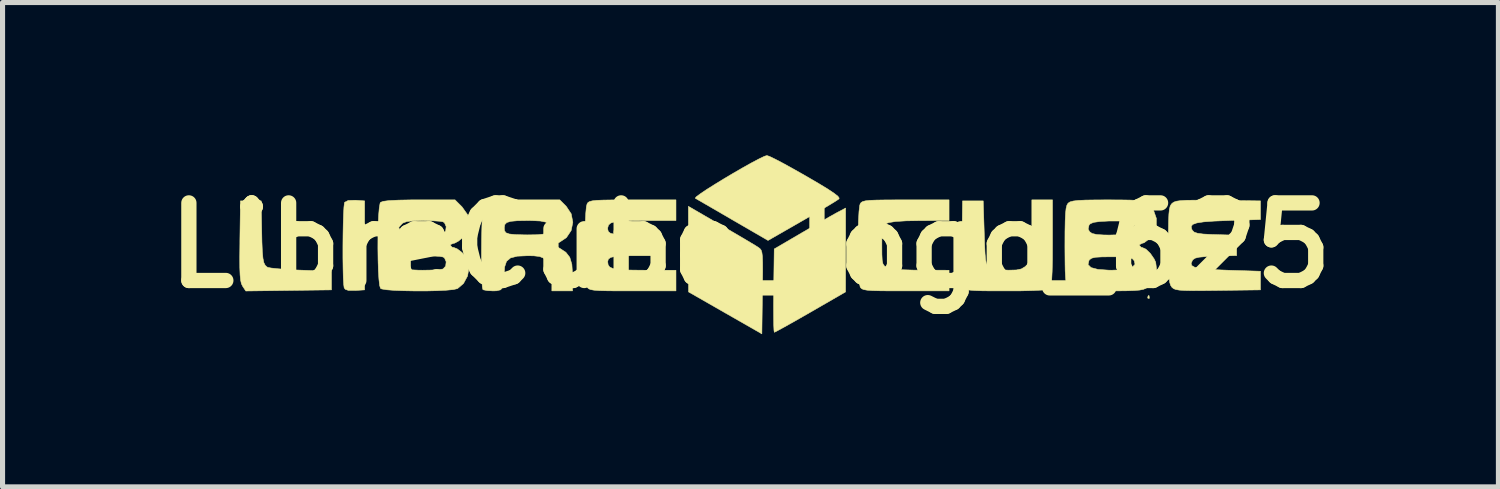
<source format=kicad_pcb>
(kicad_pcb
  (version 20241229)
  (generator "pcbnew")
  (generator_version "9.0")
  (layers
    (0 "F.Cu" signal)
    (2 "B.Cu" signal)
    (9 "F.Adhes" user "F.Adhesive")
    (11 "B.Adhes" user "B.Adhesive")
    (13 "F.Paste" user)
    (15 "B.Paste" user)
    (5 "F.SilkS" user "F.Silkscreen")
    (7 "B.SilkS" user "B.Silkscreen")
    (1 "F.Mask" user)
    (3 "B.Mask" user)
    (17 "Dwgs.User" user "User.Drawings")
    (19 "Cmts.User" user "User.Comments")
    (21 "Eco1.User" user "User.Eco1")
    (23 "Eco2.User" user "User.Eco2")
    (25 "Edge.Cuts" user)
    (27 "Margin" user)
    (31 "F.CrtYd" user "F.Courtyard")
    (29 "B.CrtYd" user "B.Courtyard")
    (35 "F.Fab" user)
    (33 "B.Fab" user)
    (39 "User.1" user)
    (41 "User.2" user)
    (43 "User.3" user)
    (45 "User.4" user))
  (footprint "LibreCube_logo_625"
    (layer "F.Cu")
    (at 11.691 1.77)
    (property "Reference" "LibreCube_logo_625" (at 0 0 0) (layer "F.SilkS") (effects (font (size 1.524 1.524) (thickness 0.3))))
    (attr through_hole)
    (fp_poly (pts (xy 7.83 0.989) (xy 7.835 1.037) (xy 7.83 1.043) (xy 7.806 1.038) (xy 7.803 1.016) (xy 7.818 0.983) (xy 7.83 0.989)) (stroke (width 0.01) (type solid)) (fill yes) (layer "F.SilkS"))
    (fp_poly (pts (xy -0.576 -0.394) (xy -0.364 -0.27) (xy -0.171 -0.157) (xy -0.011 -0.062) (xy 0.104 0.007) (xy 0.157 0.041) (xy 0.187 0.064) (xy 0.21 0.094) (xy 0.225 0.142) (xy 0.235 0.219) (xy 0.239 0.337) (xy 0.24 0.507) (xy 0.237 0.739) (xy 0.235 0.92) (xy 0.224 1.738) (xy -0.496 1.326) (xy -1.216 0.914) (xy -1.218 0.073) (xy -1.219 -0.767) (xy -0.576 -0.394)) (stroke (width 0.01) (type solid)) (fill yes) (layer "F.SilkS"))
    (fp_poly (pts (xy -7.758 -0.887) (xy -7.579 -0.874) (xy -7.579 0.874) (xy -7.767 0.886) (xy -7.893 0.886) (xy -7.959 0.863) (xy -7.981 0.832) (xy -7.99 0.766) (xy -7.998 0.637) (xy -8.002 0.459) (xy -8.005 0.249) (xy -8.005 0.021) (xy -8.003 -0.208) (xy -7.999 -0.424) (xy -7.993 -0.611) (xy -7.985 -0.752) (xy -7.975 -0.834) (xy -7.971 -0.846) (xy -7.902 -0.882) (xy -7.767 -0.887) (xy -7.758 -0.887)) (stroke (width 0.01) (type solid)) (fill yes) (layer "F.SilkS"))
    (fp_poly (pts (xy 1.869 0.091) (xy 1.868 0.914) (xy 1.18 1.311) (xy 0.967 1.433) (xy 0.778 1.54) (xy 0.625 1.625) (xy 0.519 1.683) (xy 0.47 1.707) (xy 0.469 1.707) (xy 0.462 1.668) (xy 0.457 1.561) (xy 0.455 1.396) (xy 0.454 1.186) (xy 0.456 0.944) (xy 0.456 0.888) (xy 0.467 0.07) (xy 1.016 -0.251) (xy 1.219 -0.369) (xy 1.409 -0.479) (xy 1.569 -0.571) (xy 1.684 -0.635) (xy 1.717 -0.653) (xy 1.869 -0.733) (xy 1.869 0.091)) (stroke (width 0.01) (type solid)) (fill yes) (layer "F.SilkS"))
    (fp_poly (pts (xy -9.601 -0.325) (xy -9.596 -0.067) (xy -9.588 0.121) (xy -9.576 0.253) (xy -9.558 0.339) (xy -9.532 0.391) (xy -9.497 0.423) (xy -9.48 0.432) (xy -9.415 0.445) (xy -9.285 0.459) (xy -9.108 0.473) (xy -8.899 0.484) (xy -8.819 0.487) (xy -8.23 0.508) (xy -8.23 0.874) (xy -9.913 0.896) (xy -9.977 0.799) (xy -9.999 0.753) (xy -10.015 0.684) (xy -10.025 0.583) (xy -10.031 0.436) (xy -10.032 0.233) (xy -10.029 -0.037) (xy -10.029 -0.086) (xy -10.018 -0.874) (xy -9.611 -0.874) (xy -9.601 -0.325)) (stroke (width 0.01) (type solid)) (fill yes) (layer "F.SilkS"))
    (fp_poly (pts (xy 0.376 -1.747) (xy 0.488 -1.693) (xy 0.646 -1.61) (xy 0.838 -1.504) (xy 1.054 -1.382) (xy 1.087 -1.363) (xy 1.336 -1.218) (xy 1.52 -1.106) (xy 1.644 -1.023) (xy 1.717 -0.966) (xy 1.743 -0.929) (xy 1.737 -0.912) (xy 1.687 -0.878) (xy 1.579 -0.811) (xy 1.423 -0.718) (xy 1.233 -0.607) (xy 1.02 -0.484) (xy 1.016 -0.482) (xy 0.345 -0.097) (xy -0.345 -0.497) (xy -0.561 -0.623) (xy -0.754 -0.735) (xy -0.913 -0.827) (xy -1.027 -0.893) (xy -1.082 -0.925) (xy -1.085 -0.927) (xy -1.065 -0.954) (xy -0.987 -1.012) (xy -0.863 -1.096) (xy -0.704 -1.196) (xy -0.523 -1.307) (xy -0.333 -1.42) (xy -0.146 -1.528) (xy 0.026 -1.624) (xy 0.17 -1.7) (xy 0.274 -1.75) (xy 0.323 -1.765) (xy 0.376 -1.747)) (stroke (width 0.01) (type solid)) (fill yes) (layer "F.SilkS"))
    (fp_poly (pts (xy 5.933 -0.049) (xy 5.932 0.269) (xy 5.926 0.511) (xy 5.917 0.684) (xy 5.904 0.793) (xy 5.886 0.844) (xy 5.885 0.845) (xy 5.836 0.864) (xy 5.728 0.878) (xy 5.556 0.887) (xy 5.313 0.893) (xy 5.033 0.894) (xy 4.757 0.894) (xy 4.552 0.892) (xy 4.406 0.887) (xy 4.308 0.879) (xy 4.247 0.866) (xy 4.212 0.847) (xy 4.191 0.821) (xy 4.186 0.814) (xy 4.171 0.741) (xy 4.16 0.592) (xy 4.154 0.374) (xy 4.153 0.094) (xy 4.155 -0.07) (xy 4.166 -0.874) (xy 4.572 -0.874) (xy 4.592 -0.245) (xy 4.6 -0.006) (xy 4.608 0.164) (xy 4.619 0.279) (xy 4.633 0.351) (xy 4.655 0.393) (xy 4.685 0.419) (xy 4.714 0.435) (xy 4.809 0.463) (xy 4.951 0.482) (xy 5.072 0.487) (xy 5.223 0.483) (xy 5.32 0.463) (xy 5.392 0.42) (xy 5.427 0.388) (xy 5.466 0.346) (xy 5.493 0.3) (xy 5.511 0.237) (xy 5.521 0.141) (xy 5.526 -0.001) (xy 5.527 -0.204) (xy 5.527 -0.303) (xy 5.527 -0.894) (xy 5.933 -0.894) (xy 5.933 -0.049)) (stroke (width 0.01) (type solid)) (fill yes) (layer "F.SilkS"))
    (fp_poly (pts (xy 3.901 -0.894) (xy 3.901 -0.488) (xy 3.343 -0.487) (xy 3.056 -0.482) (xy 2.846 -0.469) (xy 2.714 -0.447) (xy 2.682 -0.435) (xy 2.635 -0.407) (xy 2.605 -0.369) (xy 2.589 -0.303) (xy 2.582 -0.192) (xy 2.581 -0.02) (xy 2.581 0) (xy 2.582 0.179) (xy 2.588 0.295) (xy 2.603 0.364) (xy 2.631 0.404) (xy 2.677 0.432) (xy 2.682 0.435) (xy 2.781 0.461) (xy 2.959 0.478) (xy 3.214 0.486) (xy 3.343 0.487) (xy 3.901 0.488) (xy 3.901 0.894) (xy 3.049 0.894) (xy 2.765 0.894) (xy 2.551 0.892) (xy 2.396 0.888) (xy 2.291 0.88) (xy 2.224 0.868) (xy 2.185 0.851) (xy 2.162 0.828) (xy 2.155 0.815) (xy 2.141 0.747) (xy 2.128 0.61) (xy 2.119 0.415) (xy 2.114 0.176) (xy 2.113 0) (xy 2.116 -0.263) (xy 2.122 -0.488) (xy 2.132 -0.664) (xy 2.145 -0.779) (xy 2.155 -0.815) (xy 2.174 -0.842) (xy 2.205 -0.861) (xy 2.259 -0.875) (xy 2.346 -0.885) (xy 2.478 -0.89) (xy 2.666 -0.893) (xy 2.919 -0.894) (xy 3.049 -0.894) (xy 3.901 -0.894)) (stroke (width 0.01) (type solid)) (fill yes) (layer "F.SilkS"))
    (fp_poly (pts (xy -1.463 -0.894) (xy -1.463 -0.488) (xy -2.085 -0.488) (xy -2.344 -0.486) (xy -2.534 -0.479) (xy -2.663 -0.464) (xy -2.744 -0.439) (xy -2.787 -0.401) (xy -2.803 -0.349) (xy -2.804 -0.321) (xy -2.793 -0.272) (xy -2.75 -0.238) (xy -2.663 -0.217) (xy -2.52 -0.206) (xy -2.31 -0.203) (xy -2.293 -0.203) (xy -1.91 -0.203) (xy -1.91 0.203) (xy -2.293 0.203) (xy -2.508 0.206) (xy -2.655 0.216) (xy -2.745 0.236) (xy -2.791 0.269) (xy -2.804 0.317) (xy -2.804 0.321) (xy -2.796 0.381) (xy -2.766 0.425) (xy -2.702 0.455) (xy -2.594 0.474) (xy -2.431 0.484) (xy -2.202 0.487) (xy -2.085 0.488) (xy -1.463 0.488) (xy -1.463 0.894) (xy -2.315 0.894) (xy -2.6 0.894) (xy -2.814 0.892) (xy -2.968 0.888) (xy -3.073 0.88) (xy -3.14 0.868) (xy -3.18 0.851) (xy -3.202 0.828) (xy -3.209 0.815) (xy -3.224 0.746) (xy -3.236 0.612) (xy -3.245 0.429) (xy -3.249 0.215) (xy -3.251 -0.015) (xy -3.249 -0.244) (xy -3.244 -0.455) (xy -3.235 -0.632) (xy -3.223 -0.759) (xy -3.209 -0.815) (xy -3.191 -0.842) (xy -3.16 -0.861) (xy -3.106 -0.875) (xy -3.018 -0.885) (xy -2.886 -0.89) (xy -2.699 -0.893) (xy -2.446 -0.894) (xy -2.315 -0.894) (xy -1.463 -0.894)) (stroke (width 0.01) (type solid)) (fill yes) (layer "F.SilkS"))
    (fp_poly (pts (xy 8.966 -0.887) (xy 9.189 -0.885) (xy 10.018 -0.874) (xy 10.018 -0.508) (xy 9.38 -0.488) (xy 9.105 -0.477) (xy 8.903 -0.462) (xy 8.767 -0.441) (xy 8.687 -0.412) (xy 8.657 -0.372) (xy 8.667 -0.32) (xy 8.682 -0.294) (xy 8.717 -0.26) (xy 8.782 -0.238) (xy 8.892 -0.223) (xy 9.063 -0.214) (xy 9.138 -0.212) (xy 9.55 -0.2) (xy 9.55 0.2) (xy 9.138 0.212) (xy 8.943 0.22) (xy 8.813 0.232) (xy 8.735 0.251) (xy 8.691 0.281) (xy 8.682 0.294) (xy 8.656 0.352) (xy 8.668 0.396) (xy 8.726 0.43) (xy 8.837 0.454) (xy 9.01 0.471) (xy 9.252 0.483) (xy 9.38 0.488) (xy 10.018 0.508) (xy 10.018 0.874) (xy 9.182 0.885) (xy 8.899 0.888) (xy 8.686 0.889) (xy 8.532 0.886) (xy 8.426 0.879) (xy 8.356 0.867) (xy 8.312 0.85) (xy 8.282 0.826) (xy 8.277 0.821) (xy 8.253 0.784) (xy 8.235 0.727) (xy 8.223 0.639) (xy 8.215 0.508) (xy 8.211 0.322) (xy 8.209 0.069) (xy 8.209 -0.007) (xy 8.21 -0.275) (xy 8.213 -0.473) (xy 8.219 -0.613) (xy 8.229 -0.708) (xy 8.244 -0.769) (xy 8.266 -0.808) (xy 8.285 -0.828) (xy 8.319 -0.851) (xy 8.37 -0.868) (xy 8.449 -0.879) (xy 8.567 -0.886) (xy 8.735 -0.888) (xy 8.966 -0.887)) (stroke (width 0.01) (type solid)) (fill yes) (layer "F.SilkS"))
    (fp_poly (pts (xy -3.62 -0.769) (xy -3.521 -0.62) (xy -3.489 -0.454) (xy -3.522 -0.292) (xy -3.615 -0.153) (xy -3.751 -0.062) (xy -3.875 -0.009) (xy -3.748 0.056) (xy -3.626 0.136) (xy -3.549 0.235) (xy -3.508 0.373) (xy -3.495 0.568) (xy -3.495 0.598) (xy -3.495 0.894) (xy -3.901 0.894) (xy -3.901 0.648) (xy -3.907 0.499) (xy -3.929 0.402) (xy -3.977 0.329) (xy -4.001 0.303) (xy -4.067 0.248) (xy -4.143 0.218) (xy -4.255 0.205) (xy -4.378 0.203) (xy -4.579 0.212) (xy -4.713 0.246) (xy -4.792 0.314) (xy -4.829 0.424) (xy -4.836 0.548) (xy -4.841 0.716) (xy -4.861 0.819) (xy -4.908 0.873) (xy -4.99 0.892) (xy -5.057 0.894) (xy -5.17 0.888) (xy -5.245 0.873) (xy -5.256 0.867) (xy -5.267 0.816) (xy -5.276 0.699) (xy -5.281 0.531) (xy -5.283 0.328) (xy -5.283 0.104) (xy -5.281 -0.125) (xy -5.276 -0.344) (xy -5.276 -0.344) (xy -4.836 -0.344) (xy -4.83 -0.286) (xy -4.802 -0.247) (xy -4.738 -0.224) (xy -4.625 -0.212) (xy -4.449 -0.207) (xy -4.382 -0.206) (xy -4.193 -0.209) (xy -4.069 -0.221) (xy -3.993 -0.246) (xy -3.965 -0.267) (xy -3.912 -0.327) (xy -3.916 -0.37) (xy -3.965 -0.424) (xy -4.025 -0.458) (xy -4.127 -0.479) (xy -4.29 -0.487) (xy -4.368 -0.488) (xy -4.572 -0.485) (xy -4.707 -0.473) (xy -4.787 -0.449) (xy -4.826 -0.408) (xy -4.836 -0.346) (xy -4.836 -0.344) (xy -5.276 -0.344) (xy -5.269 -0.538) (xy -5.259 -0.692) (xy -5.248 -0.791) (xy -5.241 -0.815) (xy -5.221 -0.844) (xy -5.187 -0.864) (xy -5.129 -0.878) (xy -5.033 -0.887) (xy -4.889 -0.892) (xy -4.684 -0.894) (xy -4.472 -0.894) (xy -3.745 -0.894) (xy -3.62 -0.769)) (stroke (width 0.01) (type solid)) (fill yes) (layer "F.SilkS"))
    (fp_poly (pts (xy -5.803 -0.894) (xy -5.665 -0.756) (xy -5.554 -0.599) (xy -5.519 -0.434) (xy -5.561 -0.273) (xy -5.646 -0.159) (xy -5.736 -0.084) (xy -5.813 -0.043) (xy -5.829 -0.041) (xy -5.885 -0.02) (xy -5.893 0) (xy -5.86 0.036) (xy -5.829 0.041) (xy -5.761 0.068) (xy -5.672 0.135) (xy -5.646 0.159) (xy -5.557 0.278) (xy -5.527 0.41) (xy -5.527 0.427) (xy -5.557 0.601) (xy -5.637 0.749) (xy -5.752 0.847) (xy -5.759 0.85) (xy -5.838 0.868) (xy -5.977 0.881) (xy -6.159 0.89) (xy -6.368 0.895) (xy -6.587 0.895) (xy -6.801 0.891) (xy -6.992 0.884) (xy -7.145 0.872) (xy -7.242 0.856) (xy -7.266 0.845) (xy -7.284 0.788) (xy -7.298 0.664) (xy -7.309 0.491) (xy -7.313 0.345) (xy -6.909 0.345) (xy -6.884 0.382) (xy -6.845 0.424) (xy -6.786 0.458) (xy -6.683 0.479) (xy -6.52 0.487) (xy -6.442 0.488) (xy -6.277 0.485) (xy -6.139 0.477) (xy -6.051 0.466) (xy -6.038 0.463) (xy -5.987 0.407) (xy -5.977 0.322) (xy -6.01 0.247) (xy -6.038 0.228) (xy -6.107 0.216) (xy -6.234 0.208) (xy -6.393 0.203) (xy -6.442 0.203) (xy -6.63 0.208) (xy -6.753 0.223) (xy -6.827 0.252) (xy -6.845 0.267) (xy -6.896 0.323) (xy -6.909 0.345) (xy -7.313 0.345) (xy -7.315 0.282) (xy -7.318 0.055) (xy -7.317 -0.176) (xy -7.313 -0.345) (xy -6.909 -0.345) (xy -6.884 -0.309) (xy -6.845 -0.267) (xy -6.786 -0.232) (xy -6.683 -0.212) (xy -6.52 -0.204) (xy -6.442 -0.203) (xy -6.277 -0.206) (xy -6.139 -0.214) (xy -6.051 -0.224) (xy -6.038 -0.228) (xy -5.987 -0.284) (xy -5.977 -0.369) (xy -6.01 -0.443) (xy -6.038 -0.463) (xy -6.107 -0.474) (xy -6.234 -0.483) (xy -6.393 -0.487) (xy -6.442 -0.488) (xy -6.63 -0.483) (xy -6.753 -0.467) (xy -6.827 -0.439) (xy -6.845 -0.424) (xy -6.896 -0.368) (xy -6.909 -0.345) (xy -7.313 -0.345) (xy -7.312 -0.396) (xy -7.304 -0.587) (xy -7.291 -0.737) (xy -7.275 -0.827) (xy -7.266 -0.845) (xy -7.214 -0.865) (xy -7.098 -0.88) (xy -6.914 -0.889) (xy -6.657 -0.894) (xy -6.511 -0.894) (xy -5.803 -0.894)) (stroke (width 0.01) (type solid)) (fill yes) (layer "F.SilkS"))
    (fp_poly (pts (xy 7.265 -0.893) (xy 7.455 -0.89) (xy 7.589 -0.884) (xy 7.681 -0.872) (xy 7.744 -0.854) (xy 7.792 -0.829) (xy 7.816 -0.811) (xy 7.918 -0.688) (xy 7.973 -0.53) (xy 7.972 -0.372) (xy 7.96 -0.332) (xy 7.899 -0.217) (xy 7.816 -0.116) (xy 7.733 -0.052) (xy 7.694 -0.041) (xy 7.645 -0.016) (xy 7.64 0) (xy 7.673 0.037) (xy 7.694 0.041) (xy 7.768 0.074) (xy 7.854 0.157) (xy 7.93 0.267) (xy 7.96 0.332) (xy 7.979 0.484) (xy 7.939 0.644) (xy 7.85 0.781) (xy 7.816 0.811) (xy 7.772 0.841) (xy 7.719 0.863) (xy 7.644 0.878) (xy 7.535 0.887) (xy 7.378 0.892) (xy 7.159 0.894) (xy 7.008 0.894) (xy 6.744 0.893) (xy 6.55 0.889) (xy 6.414 0.881) (xy 6.324 0.868) (xy 6.269 0.85) (xy 6.241 0.83) (xy 6.218 0.796) (xy 6.201 0.737) (xy 6.19 0.643) (xy 6.182 0.503) (xy 6.18 0.377) (xy 6.631 0.377) (xy 6.69 0.436) (xy 6.826 0.472) (xy 7.04 0.487) (xy 7.092 0.488) (xy 7.307 0.479) (xy 7.448 0.454) (xy 7.5 0.429) (xy 7.554 0.371) (xy 7.539 0.306) (xy 7.534 0.297) (xy 7.502 0.262) (xy 7.446 0.241) (xy 7.35 0.229) (xy 7.197 0.224) (xy 7.092 0.224) (xy 6.904 0.226) (xy 6.78 0.233) (xy 6.706 0.25) (xy 6.664 0.278) (xy 6.649 0.297) (xy 6.631 0.377) (xy 6.18 0.377) (xy 6.179 0.305) (xy 6.177 0.039) (xy 6.177 0) (xy 6.178 -0.276) (xy 6.179 -0.32) (xy 6.633 -0.32) (xy 6.662 -0.268) (xy 6.711 -0.234) (xy 6.801 -0.213) (xy 6.946 -0.204) (xy 7.059 -0.203) (xy 7.227 -0.208) (xy 7.371 -0.221) (xy 7.466 -0.239) (xy 7.48 -0.245) (xy 7.544 -0.303) (xy 7.559 -0.345) (xy 7.528 -0.413) (xy 7.431 -0.457) (xy 7.265 -0.479) (xy 7.045 -0.479) (xy 6.862 -0.469) (xy 6.745 -0.453) (xy 6.678 -0.427) (xy 6.651 -0.4) (xy 6.633 -0.32) (xy 6.179 -0.32) (xy 6.182 -0.482) (xy 6.189 -0.628) (xy 6.2 -0.727) (xy 6.216 -0.79) (xy 6.238 -0.827) (xy 6.241 -0.83) (xy 6.277 -0.854) (xy 6.339 -0.871) (xy 6.437 -0.883) (xy 6.584 -0.89) (xy 6.79 -0.893) (xy 7.008 -0.894) (xy 7.265 -0.893)) (stroke (width 0.01) (type solid)) (fill yes) (layer "F.SilkS")))
  (gr_rect
    (start -3 -3)
    (end 26.383 6.513)
    (stroke (width 0.1) (type default))
    (fill no)
    (layer "Edge.Cuts")))
</source>
